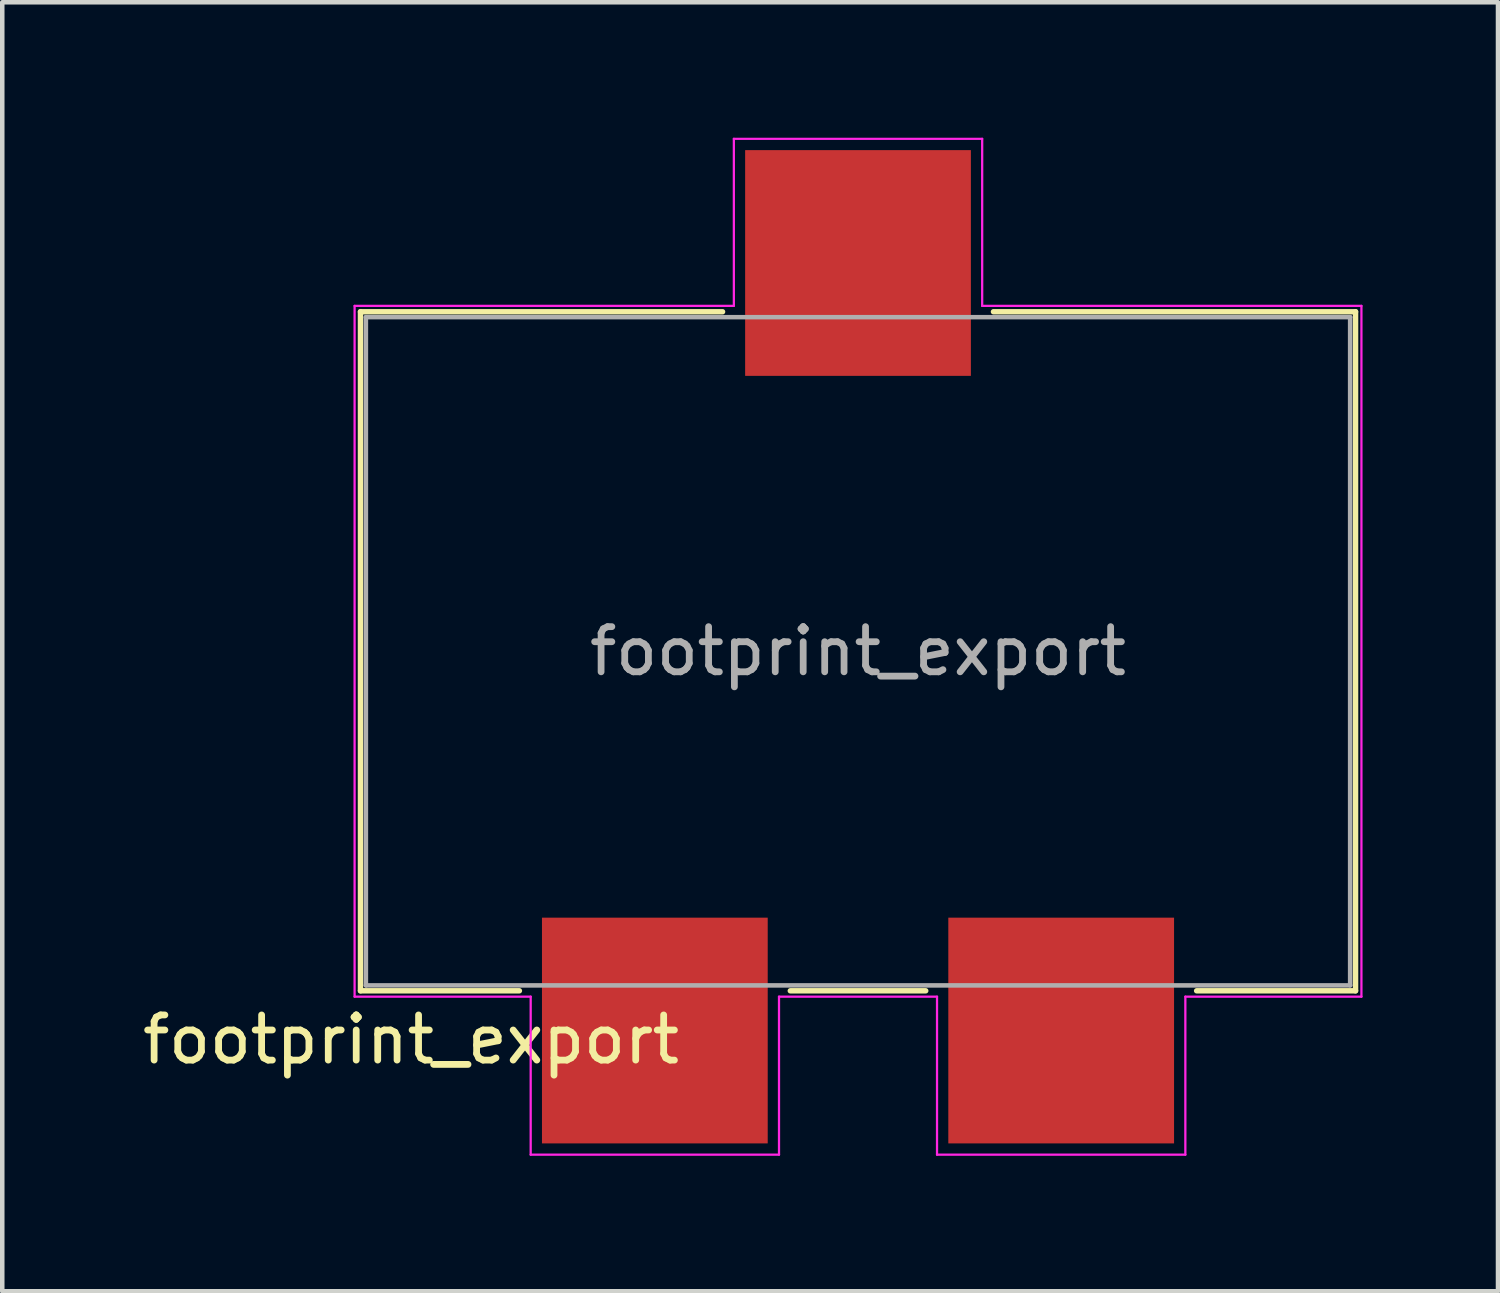
<source format=kicad_pcb>
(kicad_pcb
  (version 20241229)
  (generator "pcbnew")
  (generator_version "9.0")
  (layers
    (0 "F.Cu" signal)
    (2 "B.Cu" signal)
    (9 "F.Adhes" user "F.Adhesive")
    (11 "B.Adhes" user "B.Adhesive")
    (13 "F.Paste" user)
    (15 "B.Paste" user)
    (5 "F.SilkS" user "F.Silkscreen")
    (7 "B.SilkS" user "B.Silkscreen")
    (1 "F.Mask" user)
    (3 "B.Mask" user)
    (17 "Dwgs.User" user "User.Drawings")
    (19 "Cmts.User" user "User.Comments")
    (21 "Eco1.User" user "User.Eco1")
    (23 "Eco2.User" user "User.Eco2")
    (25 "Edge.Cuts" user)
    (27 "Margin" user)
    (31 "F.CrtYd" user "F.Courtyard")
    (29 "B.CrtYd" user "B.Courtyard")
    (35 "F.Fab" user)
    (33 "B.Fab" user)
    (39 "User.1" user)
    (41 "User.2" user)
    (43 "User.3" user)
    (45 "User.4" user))
  (footprint "footprint_export"
    (layer "F.Cu")
    (at 15.954 11.375)
    (property "Reference" "footprint_export" (at -9.9 8.6 0) (layer "F.SilkS") (effects (font (size 1 1) (thickness 0.15))))
    (attr smd)
    (fp_line (start -11.02 -7.52) (end -3 -7.52) (stroke (width 0.12) (type solid)) (layer "F.SilkS"))
    (fp_line (start -11.02 7.52) (end -11.02 -7.52) (stroke (width 0.12) (type solid)) (layer "F.SilkS"))
    (fp_line (start -7.5 7.52) (end -11.02 7.52) (stroke (width 0.12) (type solid)) (layer "F.SilkS"))
    (fp_line (start 1.5 7.52) (end -1.5 7.52) (stroke (width 0.12) (type solid)) (layer "F.SilkS"))
    (fp_line (start 3 -7.52) (end 11.02 -7.52) (stroke (width 0.12) (type solid)) (layer "F.SilkS"))
    (fp_line (start 11.02 -7.52) (end 11.02 7.52) (stroke (width 0.12) (type solid)) (layer "F.SilkS"))
    (fp_line (start 11.02 7.52) (end 7.5 7.52) (stroke (width 0.12) (type solid)) (layer "F.SilkS"))
    (fp_line (start -11.15 -7.65) (end -2.75 -7.65) (stroke (width 0.05) (type solid)) (layer "F.CrtYd"))
    (fp_line (start -11.15 7.65) (end -11.15 -7.65) (stroke (width 0.05) (type solid)) (layer "F.CrtYd"))
    (fp_line (start -7.25 7.65) (end -11.15 7.65) (stroke (width 0.05) (type solid)) (layer "F.CrtYd"))
    (fp_line (start -7.25 11.15) (end -7.25 7.65) (stroke (width 0.05) (type solid)) (layer "F.CrtYd"))
    (fp_line (start -2.75 -11.35) (end 2.75 -11.35) (stroke (width 0.05) (type solid)) (layer "F.CrtYd"))
    (fp_line (start -2.75 -7.65) (end -2.75 -11.35) (stroke (width 0.05) (type solid)) (layer "F.CrtYd"))
    (fp_line (start -1.75 7.65) (end -1.75 11.15) (stroke (width 0.05) (type solid)) (layer "F.CrtYd"))
    (fp_line (start -1.75 11.15) (end -7.25 11.15) (stroke (width 0.05) (type solid)) (layer "F.CrtYd"))
    (fp_line (start 1.75 7.65) (end -1.75 7.65) (stroke (width 0.05) (type solid)) (layer "F.CrtYd"))
    (fp_line (start 1.75 11.15) (end 1.75 7.65) (stroke (width 0.05) (type solid)) (layer "F.CrtYd"))
    (fp_line (start 2.75 -11.35) (end 2.75 -7.65) (stroke (width 0.05) (type solid)) (layer "F.CrtYd"))
    (fp_line (start 2.75 -7.65) (end 11.15 -7.65) (stroke (width 0.05) (type solid)) (layer "F.CrtYd"))
    (fp_line (start 7.25 7.65) (end 7.25 11.15) (stroke (width 0.05) (type solid)) (layer "F.CrtYd"))
    (fp_line (start 7.25 11.15) (end 1.75 11.15) (stroke (width 0.05) (type solid)) (layer "F.CrtYd"))
    (fp_line (start 11.15 -7.65) (end 11.15 7.65) (stroke (width 0.05) (type solid)) (layer "F.CrtYd"))
    (fp_line (start 11.15 7.65) (end 7.25 7.65) (stroke (width 0.05) (type solid)) (layer "F.CrtYd"))
    (fp_line (start -10.9 -7.4) (end 10.9 -7.4) (stroke (width 0.1) (type solid)) (layer "F.Fab"))
    (fp_line (start -10.9 7.4) (end -10.9 -7.4) (stroke (width 0.1) (type solid)) (layer "F.Fab"))
    (fp_line (start 10.9 -7.4) (end 10.9 7.4) (stroke (width 0.1) (type solid)) (layer "F.Fab"))
    (fp_line (start 10.9 7.4) (end -10.9 7.4) (stroke (width 0.1) (type solid)) (layer "F.Fab"))
    (fp_text user "${REFERENCE}" (at 0 0 0) (layer "F.Fab") (effects (font (size 1 1) (thickness 0.15))))
    (pad "" smd rect (at 0 -8.6) (size 5 5) (layers "F.Cu" "F.Mask" "F.Paste"))
    (pad "1" smd rect (at -4.5 8.4) (size 5 5) (layers "F.Cu" "F.Mask" "F.Paste"))
    (pad "2" smd rect (at 4.5 8.4) (size 5 5) (layers "F.Cu" "F.Mask" "F.Paste")))
  (gr_rect
    (start -3 -3)
    (end 30.129 25.55)
    (stroke (width 0.1) (type default))
    (fill no)
    (layer "Edge.Cuts")))
</source>
